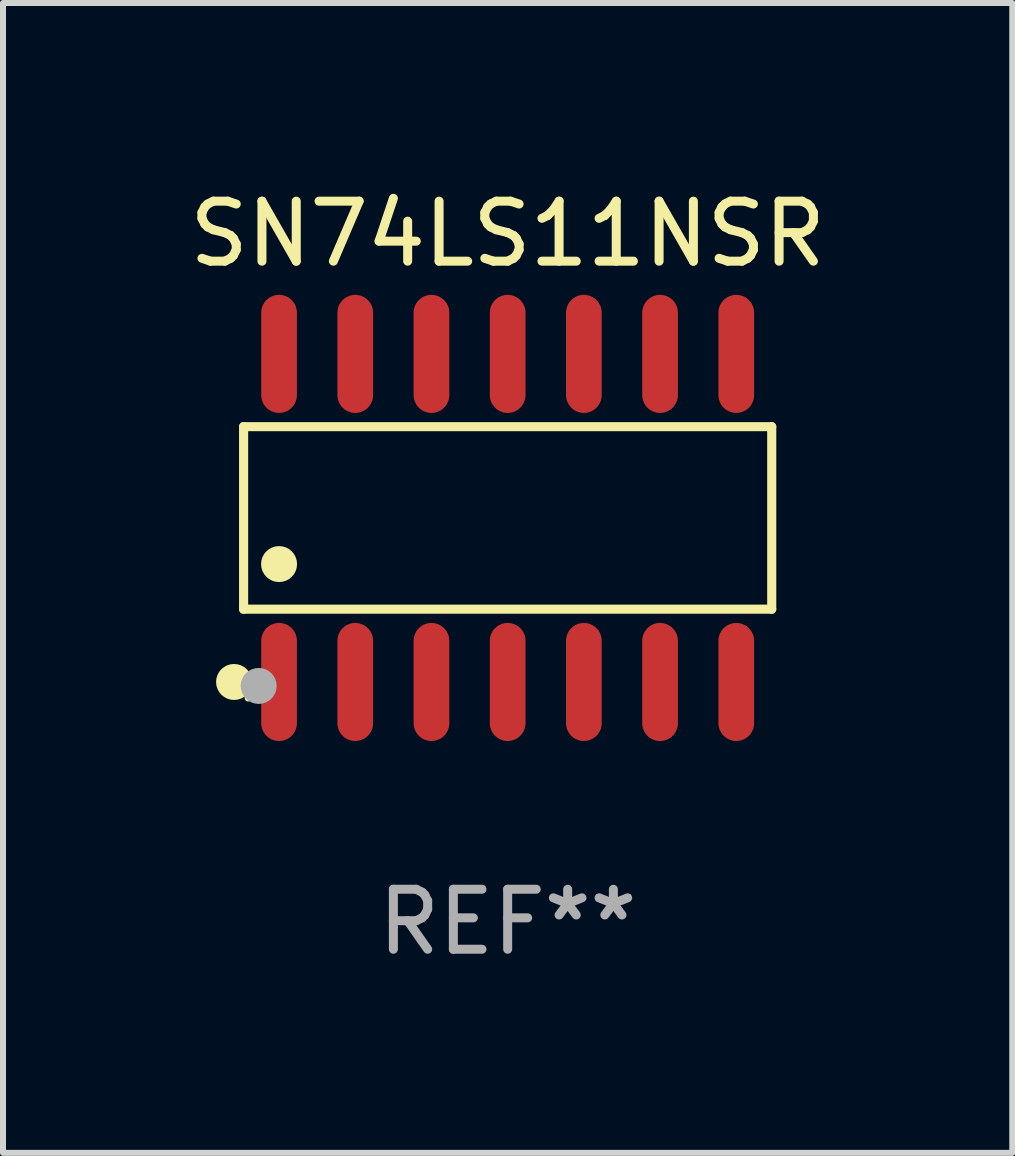
<source format=kicad_pcb>
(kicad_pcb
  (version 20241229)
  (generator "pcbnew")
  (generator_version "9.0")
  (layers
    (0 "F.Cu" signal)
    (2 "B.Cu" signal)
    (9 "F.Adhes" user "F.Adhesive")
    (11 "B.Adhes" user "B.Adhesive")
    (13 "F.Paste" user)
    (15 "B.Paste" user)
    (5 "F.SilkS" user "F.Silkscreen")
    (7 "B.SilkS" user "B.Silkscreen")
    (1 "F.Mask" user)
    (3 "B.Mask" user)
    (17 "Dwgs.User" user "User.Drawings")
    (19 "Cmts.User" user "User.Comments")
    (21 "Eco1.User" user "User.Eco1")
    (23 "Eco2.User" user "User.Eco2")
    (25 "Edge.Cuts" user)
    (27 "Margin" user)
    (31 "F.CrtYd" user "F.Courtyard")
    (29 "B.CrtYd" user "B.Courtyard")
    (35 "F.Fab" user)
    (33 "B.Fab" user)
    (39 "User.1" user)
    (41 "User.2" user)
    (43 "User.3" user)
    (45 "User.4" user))
  (footprint "SN74LS11NSR"
    (layer "F.Cu")
    (at 5.411 5.582)
    (property "Reference" "SN74LS11NSR" (at 0 -4.734 0) (layer "F.SilkS") (effects (font (size 1 1) (thickness 0.15))))
    (attr through_hole)
    (fp_line (start -4.401 -1.521) (end 4.401 -1.521) (stroke (width 0.152) (type solid)) (layer "F.SilkS"))
    (fp_line (start -4.401 1.521) (end -4.401 -1.521) (stroke (width 0.152) (type solid)) (layer "F.SilkS"))
    (fp_line (start 4.401 -1.521) (end 4.401 1.521) (stroke (width 0.152) (type solid)) (layer "F.SilkS"))
    (fp_line (start 4.401 1.521) (end -4.401 1.521) (stroke (width 0.152) (type solid)) (layer "F.SilkS"))
    (fp_circle (center -4.56 2.734) (end -4.41 2.734) (stroke (width 0.3) (type solid)) (fill no) (layer "F.SilkS"))
    (fp_circle (center -4.325 3) (end -4.295 3) (stroke (width 0.06) (type solid)) (fill no) (layer "F.SilkS"))
    (fp_circle (center -3.81 0.769) (end -3.66 0.769) (stroke (width 0.3) (type solid)) (fill no) (layer "F.SilkS"))
    (fp_circle (center -4.15 2.8) (end -4 2.8) (stroke (width 0.3) (type solid)) (fill no) (layer "F.Fab"))
    (fp_text user "REF**" (at 0 6.734 0) (layer "F.Fab") (effects (font (size 1 1) (thickness 0.15))))
    (pad "1" smd oval (at -3.81 2.734) (size 0.595 1.968) (layers "F.Cu" "F.Mask" "F.Paste"))
    (pad "2" smd oval (at -2.54 2.734) (size 0.595 1.968) (layers "F.Cu" "F.Mask" "F.Paste"))
    (pad "3" smd oval (at -1.27 2.734) (size 0.595 1.968) (layers "F.Cu" "F.Mask" "F.Paste"))
    (pad "4" smd oval (at 0 2.734) (size 0.595 1.968) (layers "F.Cu" "F.Mask" "F.Paste"))
    (pad "5" smd oval (at 1.27 2.734) (size 0.595 1.968) (layers "F.Cu" "F.Mask" "F.Paste"))
    (pad "6" smd oval (at 2.54 2.734) (size 0.595 1.968) (layers "F.Cu" "F.Mask" "F.Paste"))
    (pad "7" smd oval (at 3.81 2.734) (size 0.595 1.968) (layers "F.Cu" "F.Mask" "F.Paste"))
    (pad "8" smd oval (at 3.81 -2.734) (size 0.595 1.968) (layers "F.Cu" "F.Mask" "F.Paste"))
    (pad "9" smd oval (at 2.54 -2.734) (size 0.595 1.968) (layers "F.Cu" "F.Mask" "F.Paste"))
    (pad "10" smd oval (at 1.27 -2.734) (size 0.595 1.968) (layers "F.Cu" "F.Mask" "F.Paste"))
    (pad "11" smd oval (at 0 -2.734) (size 0.595 1.968) (layers "F.Cu" "F.Mask" "F.Paste"))
    (pad "12" smd oval (at -1.27 -2.734) (size 0.595 1.968) (layers "F.Cu" "F.Mask" "F.Paste"))
    (pad "13" smd oval (at -2.54 -2.734) (size 0.595 1.968) (layers "F.Cu" "F.Mask" "F.Paste"))
    (pad "14" smd oval (at -3.81 -2.734) (size 0.595 1.968) (layers "F.Cu" "F.Mask" "F.Paste")))
  (gr_rect
    (start -3 -3)
    (end 13.821 16.164)
    (stroke (width 0.1) (type default))
    (fill no)
    (layer "Edge.Cuts")))
</source>
